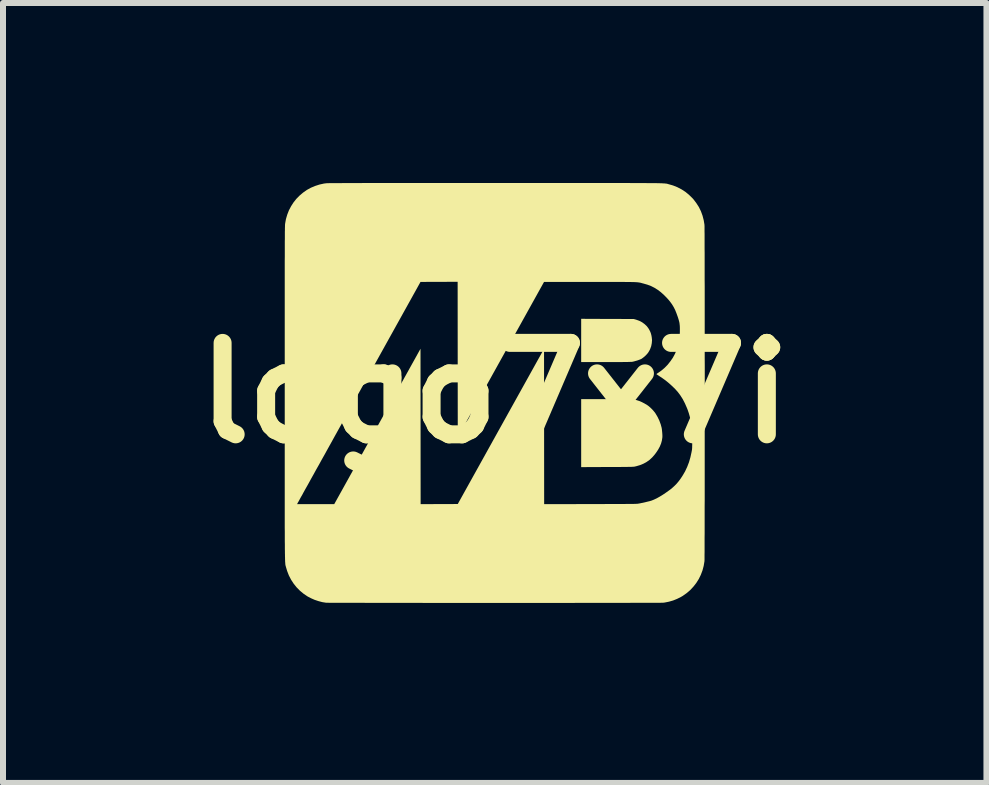
<source format=kicad_pcb>
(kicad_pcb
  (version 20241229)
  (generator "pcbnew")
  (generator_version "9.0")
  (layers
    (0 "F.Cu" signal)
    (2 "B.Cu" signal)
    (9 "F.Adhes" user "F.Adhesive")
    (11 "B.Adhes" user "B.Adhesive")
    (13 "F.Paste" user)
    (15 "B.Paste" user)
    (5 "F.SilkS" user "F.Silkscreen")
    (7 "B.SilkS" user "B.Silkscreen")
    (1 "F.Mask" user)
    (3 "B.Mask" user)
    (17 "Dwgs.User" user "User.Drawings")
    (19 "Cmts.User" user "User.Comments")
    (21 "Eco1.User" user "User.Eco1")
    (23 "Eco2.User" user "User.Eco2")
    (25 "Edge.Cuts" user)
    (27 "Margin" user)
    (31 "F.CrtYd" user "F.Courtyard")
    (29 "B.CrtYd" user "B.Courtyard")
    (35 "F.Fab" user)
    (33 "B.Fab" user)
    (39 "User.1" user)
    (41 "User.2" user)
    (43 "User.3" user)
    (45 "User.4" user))
  (footprint "logo7x7i"
    (layer "F.Cu")
    (at 5.196 3.5)
    (property "Reference" "logo7x7i" (at 0 0 0) (layer "F.SilkS") (effects (font (size 1.524 1.524) (thickness 0.3))))
    (attr board_only exclude_from_pos_files exclude_from_bom)
    (fp_poly (pts (xy 1.879 -1.234) (xy 2.316 -1.233) (xy 2.356 -1.222) (xy 2.409 -1.203) (xy 2.457 -1.178) (xy 2.499 -1.147) (xy 2.536 -1.112) (xy 2.566 -1.071) (xy 2.582 -1.042) (xy 2.595 -1.015) (xy 2.604 -0.989) (xy 2.611 -0.962) (xy 2.617 -0.93) (xy 2.622 -0.881) (xy 2.618 -0.83) (xy 2.608 -0.779) (xy 2.59 -0.73) (xy 2.586 -0.722) (xy 2.576 -0.703) (xy 2.564 -0.683) (xy 2.553 -0.666) (xy 2.551 -0.664) (xy 2.535 -0.645) (xy 2.515 -0.624) (xy 2.492 -0.603) (xy 2.47 -0.586) (xy 2.451 -0.572) (xy 2.446 -0.569) (xy 2.427 -0.56) (xy 2.403 -0.551) (xy 2.375 -0.541) (xy 2.346 -0.533) (xy 2.318 -0.525) (xy 2.294 -0.52) (xy 2.286 -0.519) (xy 2.275 -0.518) (xy 2.256 -0.518) (xy 2.229 -0.517) (xy 2.195 -0.516) (xy 2.153 -0.516) (xy 2.103 -0.515) (xy 2.047 -0.515) (xy 1.984 -0.515) (xy 1.914 -0.515) (xy 1.846 -0.515) (xy 1.441 -0.515) (xy 1.441 -1.236)) (stroke (width 0) (type solid)) (fill yes) (layer "F.SilkS"))
    (fp_poly (pts (xy 1.852 0.103) (xy 1.923 0.103) (xy 1.986 0.103) (xy 2.043 0.103) (xy 2.092 0.103) (xy 2.135 0.104) (xy 2.173 0.104) (xy 2.206 0.104) (xy 2.234 0.105) (xy 2.258 0.106) (xy 2.278 0.107) (xy 2.296 0.108) (xy 2.311 0.109) (xy 2.324 0.111) (xy 2.336 0.113) (xy 2.347 0.115) (xy 2.357 0.117) (xy 2.367 0.12) (xy 2.407 0.133) (xy 2.452 0.152) (xy 2.498 0.176) (xy 2.546 0.205) (xy 2.552 0.209) (xy 2.57 0.223) (xy 2.592 0.242) (xy 2.615 0.264) (xy 2.638 0.288) (xy 2.658 0.312) (xy 2.675 0.334) (xy 2.679 0.34) (xy 2.714 0.399) (xy 2.744 0.461) (xy 2.767 0.524) (xy 2.782 0.58) (xy 2.786 0.604) (xy 2.789 0.633) (xy 2.792 0.663) (xy 2.794 0.692) (xy 2.795 0.719) (xy 2.794 0.74) (xy 2.794 0.743) (xy 2.786 0.794) (xy 2.772 0.844) (xy 2.751 0.895) (xy 2.723 0.946) (xy 2.688 0.998) (xy 2.666 1.027) (xy 2.625 1.074) (xy 2.581 1.115) (xy 2.533 1.149) (xy 2.481 1.178) (xy 2.423 1.202) (xy 2.359 1.221) (xy 2.345 1.224) (xy 2.339 1.226) (xy 2.333 1.227) (xy 2.327 1.228) (xy 2.319 1.229) (xy 2.31 1.23) (xy 2.299 1.23) (xy 2.285 1.231) (xy 2.269 1.232) (xy 2.249 1.232) (xy 2.225 1.232) (xy 2.196 1.233) (xy 2.163 1.233) (xy 2.123 1.233) (xy 2.078 1.234) (xy 2.027 1.234) (xy 1.968 1.234) (xy 1.902 1.234) (xy 1.875 1.234) (xy 1.441 1.236) (xy 1.441 0.103)) (stroke (width 0) (type solid)) (fill yes) (layer "F.SilkS"))
    (fp_poly (pts (xy 0.978 -3.5) (xy 1.115 -3.5) (xy 1.245 -3.5) (xy 1.368 -3.5) (xy 1.485 -3.5) (xy 1.595 -3.5) (xy 1.699 -3.5) (xy 1.797 -3.5) (xy 1.89 -3.5) (xy 1.976 -3.5) (xy 2.058 -3.5) (xy 2.134 -3.5) (xy 2.204 -3.5) (xy 2.27 -3.499) (xy 2.332 -3.499) (xy 2.388 -3.499) (xy 2.441 -3.499) (xy 2.489 -3.499) (xy 2.534 -3.498) (xy 2.574 -3.498) (xy 2.611 -3.498) (xy 2.645 -3.497) (xy 2.675 -3.497) (xy 2.702 -3.497) (xy 2.727 -3.496) (xy 2.749 -3.496) (xy 2.768 -3.495) (xy 2.785 -3.495) (xy 2.8 -3.494) (xy 2.814 -3.493) (xy 2.825 -3.493) (xy 2.835 -3.492) (xy 2.843 -3.491) (xy 2.851 -3.49) (xy 2.857 -3.49) (xy 2.863 -3.489) (xy 2.868 -3.488) (xy 2.872 -3.487) (xy 2.876 -3.486) (xy 2.881 -3.485) (xy 2.885 -3.484) (xy 2.89 -3.482) (xy 2.894 -3.481) (xy 2.971 -3.459) (xy 3.044 -3.43) (xy 3.115 -3.393) (xy 3.181 -3.35) (xy 3.242 -3.299) (xy 3.299 -3.243) (xy 3.31 -3.231) (xy 3.359 -3.167) (xy 3.402 -3.1) (xy 3.437 -3.029) (xy 3.464 -2.955) (xy 3.484 -2.877) (xy 3.496 -2.804) (xy 3.496 -2.797) (xy 3.497 -2.782) (xy 3.497 -2.76) (xy 3.497 -2.73) (xy 3.497 -2.693) (xy 3.498 -2.649) (xy 3.498 -2.598) (xy 3.498 -2.541) (xy 3.498 -2.478) (xy 3.498 -2.409) (xy 3.499 -2.334) (xy 3.499 -2.254) (xy 3.499 -2.169) (xy 3.499 -2.079) (xy 3.499 -1.984) (xy 3.499 -1.885) (xy 3.5 -1.782) (xy 3.5 -1.675) (xy 3.5 -1.565) (xy 3.5 -1.452) (xy 3.5 -1.335) (xy 3.5 -1.216) (xy 3.5 -1.094) (xy 3.5 -0.97) (xy 3.5 -0.844) (xy 3.5 -0.717) (xy 3.5 -0.588) (xy 3.501 -0.457) (xy 3.501 -0.326) (xy 3.501 -0.195) (xy 3.501 -0.062) (xy 3.501 0.07) (xy 3.501 0.202) (xy 3.501 0.334) (xy 3.501 0.465) (xy 3.5 0.595) (xy 3.5 0.724) (xy 3.5 0.851) (xy 3.5 0.977) (xy 3.5 1.101) (xy 3.5 1.223) (xy 3.5 1.342) (xy 3.5 1.458) (xy 3.5 1.571) (xy 3.5 1.682) (xy 3.5 1.788) (xy 3.499 1.891) (xy 3.499 1.989) (xy 3.499 2.084) (xy 3.499 2.174) (xy 3.499 2.258) (xy 3.499 2.338) (xy 3.498 2.413) (xy 3.498 2.481) (xy 3.498 2.544) (xy 3.498 2.601) (xy 3.498 2.651) (xy 3.497 2.695) (xy 3.497 2.732) (xy 3.497 2.761) (xy 3.497 2.783) (xy 3.496 2.797) (xy 3.496 2.804) (xy 3.483 2.882) (xy 3.463 2.958) (xy 3.435 3.032) (xy 3.401 3.101) (xy 3.359 3.168) (xy 3.311 3.229) (xy 3.258 3.286) (xy 3.198 3.337) (xy 3.133 3.383) (xy 3.102 3.401) (xy 3.04 3.432) (xy 2.973 3.459) (xy 2.903 3.479) (xy 2.833 3.493) (xy 2.808 3.496) (xy 2.801 3.496) (xy 2.787 3.496) (xy 2.765 3.497) (xy 2.735 3.497) (xy 2.699 3.497) (xy 2.655 3.497) (xy 2.605 3.498) (xy 2.548 3.498) (xy 2.485 3.498) (xy 2.416 3.498) (xy 2.342 3.498) (xy 2.262 3.498) (xy 2.177 3.499) (xy 2.087 3.499) (xy 1.993 3.499) (xy 1.894 3.499) (xy 1.792 3.499) (xy 1.685 3.499) (xy 1.575 3.499) (xy 1.462 3.499) (xy 1.346 3.499) (xy 1.227 3.5) (xy 1.105 3.5) (xy 0.981 3.5) (xy 0.855 3.5) (xy 0.728 3.5) (xy 0.599 3.5) (xy 0.469 3.5) (xy 0.338 3.5) (xy 0.206 3.5) (xy 0.074 3.5) (xy -0.058 3.5) (xy -0.191 3.5) (xy -0.323 3.5) (xy -0.454 3.5) (xy -0.584 3.5) (xy -0.713 3.5) (xy -0.841 3.5) (xy -0.967 3.5) (xy -1.091 3.5) (xy -1.213 3.499) (xy -1.333 3.499) (xy -1.449 3.499) (xy -1.563 3.499) (xy -1.674 3.499) (xy -1.781 3.499) (xy -1.884 3.499) (xy -1.983 3.499) (xy -2.078 3.499) (xy -2.169 3.498) (xy -2.254 3.498) (xy -2.335 3.498) (xy -2.41 3.498) (xy -2.48 3.498) (xy -2.544 3.498) (xy -2.601 3.497) (xy -2.653 3.497) (xy -2.697 3.497) (xy -2.735 3.497) (xy -2.766 3.497) (xy -2.789 3.496) (xy -2.805 3.496) (xy -2.812 3.496) (xy -2.813 3.496) (xy -2.875 3.486) (xy -2.939 3.469) (xy -3.002 3.448) (xy -3.063 3.421) (xy -3.117 3.393) (xy -3.184 3.348) (xy -3.246 3.297) (xy -3.302 3.24) (xy -3.351 3.179) (xy -3.394 3.113) (xy -3.431 3.042) (xy -3.46 2.967) (xy -3.478 2.907) (xy -3.479 2.902) (xy -3.481 2.897) (xy -3.482 2.892) (xy -3.483 2.888) (xy -3.484 2.884) (xy -3.486 2.879) (xy -3.487 2.875) (xy -3.488 2.869) (xy -3.489 2.863) (xy -3.49 2.856) (xy -3.491 2.849) (xy -3.491 2.839) (xy -3.492 2.829) (xy -3.493 2.816) (xy -3.494 2.802) (xy -3.494 2.786) (xy -3.495 2.768) (xy -3.495 2.747) (xy -3.496 2.724) (xy -3.496 2.698) (xy -3.497 2.67) (xy -3.497 2.638) (xy -3.498 2.602) (xy -3.498 2.564) (xy -3.498 2.521) (xy -3.499 2.475) (xy -3.499 2.424) (xy -3.499 2.37) (xy -3.499 2.311) (xy -3.5 2.247) (xy -3.5 2.179) (xy -3.5 2.106) (xy -3.5 2.027) (xy -3.5 1.943) (xy -3.5 1.854) (xy -3.5 1.853) (xy -3.295 1.853) (xy -2.985 1.853) (xy -2.675 1.853) (xy -1.956 0.558) (xy -1.237 -0.737) (xy -1.236 0.558) (xy -1.235 1.853) (xy -0.926 1.852) (xy -0.616 1.851) (xy 0.103 0.557) (xy 0.822 -0.736) (xy 0.824 1.853) (xy 1.595 1.852) (xy 1.688 1.852) (xy 1.774 1.852) (xy 1.852 1.851) (xy 1.923 1.851) (xy 1.988 1.851) (xy 2.046 1.851) (xy 2.098 1.851) (xy 2.144 1.851) (xy 2.185 1.85) (xy 2.221 1.85) (xy 2.252 1.85) (xy 2.28 1.849) (xy 2.303 1.849) (xy 2.323 1.849) (xy 2.34 1.848) (xy 2.354 1.848) (xy 2.366 1.847) (xy 2.376 1.847) (xy 2.385 1.846) (xy 2.392 1.845) (xy 2.398 1.844) (xy 2.404 1.843) (xy 2.409 1.842) (xy 2.411 1.842) (xy 2.439 1.836) (xy 2.47 1.83) (xy 2.501 1.823) (xy 2.533 1.815) (xy 2.562 1.808) (xy 2.587 1.802) (xy 2.606 1.796) (xy 2.611 1.795) (xy 2.653 1.778) (xy 2.7 1.756) (xy 2.75 1.728) (xy 2.804 1.695) (xy 2.86 1.657) (xy 2.918 1.615) (xy 2.922 1.613) (xy 2.963 1.579) (xy 3 1.545) (xy 3.035 1.509) (xy 3.069 1.468) (xy 3.102 1.423) (xy 3.132 1.377) (xy 3.173 1.307) (xy 3.208 1.232) (xy 3.238 1.154) (xy 3.262 1.071) (xy 3.281 0.984) (xy 3.284 0.967) (xy 3.287 0.952) (xy 3.289 0.937) (xy 3.29 0.922) (xy 3.291 0.906) (xy 3.291 0.886) (xy 3.292 0.862) (xy 3.292 0.832) (xy 3.292 0.797) (xy 3.291 0.716) (xy 3.288 0.642) (xy 3.283 0.574) (xy 3.275 0.511) (xy 3.264 0.451) (xy 3.251 0.393) (xy 3.235 0.337) (xy 3.216 0.281) (xy 3.205 0.253) (xy 3.171 0.175) (xy 3.134 0.103) (xy 3.092 0.037) (xy 3.047 -0.022) (xy 2.997 -0.077) (xy 2.985 -0.088) (xy 2.944 -0.127) (xy 2.906 -0.161) (xy 2.87 -0.191) (xy 2.835 -0.218) (xy 2.799 -0.244) (xy 2.76 -0.27) (xy 2.748 -0.278) (xy 2.73 -0.29) (xy 2.715 -0.3) (xy 2.703 -0.308) (xy 2.697 -0.312) (xy 2.696 -0.313) (xy 2.697 -0.316) (xy 2.705 -0.323) (xy 2.716 -0.33) (xy 2.717 -0.331) (xy 2.775 -0.371) (xy 2.831 -0.418) (xy 2.882 -0.47) (xy 2.928 -0.528) (xy 2.97 -0.589) (xy 3.004 -0.652) (xy 3.032 -0.718) (xy 3.039 -0.737) (xy 3.056 -0.794) (xy 3.069 -0.848) (xy 3.078 -0.901) (xy 3.083 -0.955) (xy 3.086 -1.014) (xy 3.086 -1.044) (xy 3.086 -1.082) (xy 3.085 -1.115) (xy 3.082 -1.143) (xy 3.079 -1.169) (xy 3.073 -1.195) (xy 3.065 -1.224) (xy 3.055 -1.256) (xy 3.051 -1.268) (xy 3.029 -1.329) (xy 3.007 -1.384) (xy 2.982 -1.433) (xy 2.954 -1.479) (xy 2.922 -1.523) (xy 2.885 -1.567) (xy 2.842 -1.612) (xy 2.823 -1.631) (xy 2.77 -1.679) (xy 2.717 -1.719) (xy 2.663 -1.753) (xy 2.606 -1.782) (xy 2.545 -1.805) (xy 2.479 -1.824) (xy 2.467 -1.827) (xy 2.456 -1.83) (xy 2.445 -1.833) (xy 2.435 -1.836) (xy 2.425 -1.838) (xy 2.415 -1.84) (xy 2.405 -1.842) (xy 2.393 -1.843) (xy 2.38 -1.845) (xy 2.365 -1.846) (xy 2.347 -1.847) (xy 2.328 -1.848) (xy 2.305 -1.849) (xy 2.279 -1.849) (xy 2.249 -1.85) (xy 2.215 -1.85) (xy 2.177 -1.85) (xy 2.133 -1.851) (xy 2.085 -1.851) (xy 2.031 -1.851) (xy 1.971 -1.851) (xy 1.904 -1.851) (xy 1.831 -1.851) (xy 1.75 -1.851) (xy 1.662 -1.851) (xy 1.586 -1.851) (xy 0.822 -1.851) (xy 0.103 -0.557) (xy -0.616 0.736) (xy -0.617 -0.558) (xy -0.618 -1.853) (xy -0.927 -1.852) (xy -1.237 -1.851) (xy -2.255 -0.019) (xy -2.319 0.096) (xy -2.382 0.209) (xy -2.443 0.32) (xy -2.504 0.429) (xy -2.563 0.535) (xy -2.621 0.639) (xy -2.677 0.74) (xy -2.731 0.838) (xy -2.784 0.933) (xy -2.834 1.024) (xy -2.883 1.111) (xy -2.929 1.195) (xy -2.974 1.274) (xy -3.015 1.349) (xy -3.055 1.42) (xy -3.091 1.486) (xy -3.125 1.547) (xy -3.156 1.602) (xy -3.184 1.652) (xy -3.208 1.697) (xy -3.23 1.735) (xy -3.248 1.768) (xy -3.262 1.794) (xy -3.273 1.814) (xy -3.281 1.827) (xy -3.284 1.833) (xy -3.284 1.834) (xy -3.295 1.853) (xy -3.5 1.853) (xy -3.5 1.759) (xy -3.5 1.658) (xy -3.5 1.551) (xy -3.5 1.437) (xy -3.5 1.317) (xy -3.5 1.191) (xy -3.5 1.058) (xy -3.5 0.917) (xy -3.5 0.77) (xy -3.5 0.615) (xy -3.5 0.453) (xy -3.5 0.282) (xy -3.5 0.104) (xy -3.5 0) (xy -3.5 -0.183) (xy -3.5 -0.357) (xy -3.5 -0.524) (xy -3.5 -0.683) (xy -3.5 -0.834) (xy -3.5 -0.978) (xy -3.5 -1.115) (xy -3.5 -1.245) (xy -3.5 -1.368) (xy -3.5 -1.485) (xy -3.5 -1.595) (xy -3.5 -1.699) (xy -3.5 -1.797) (xy -3.5 -1.889) (xy -3.5 -1.976) (xy -3.5 -2.057) (xy -3.5 -2.132) (xy -3.5 -2.203) (xy -3.499 -2.268) (xy -3.499 -2.329) (xy -3.499 -2.385) (xy -3.499 -2.437) (xy -3.499 -2.484) (xy -3.499 -2.528) (xy -3.498 -2.567) (xy -3.498 -2.603) (xy -3.498 -2.635) (xy -3.498 -2.664) (xy -3.498 -2.69) (xy -3.497 -2.713) (xy -3.497 -2.733) (xy -3.497 -2.751) (xy -3.496 -2.766) (xy -3.496 -2.779) (xy -3.496 -2.79) (xy -3.495 -2.799) (xy -3.495 -2.807) (xy -3.495 -2.813) (xy -3.494 -2.817) (xy -3.494 -2.82) (xy -3.48 -2.898) (xy -3.458 -2.973) (xy -3.43 -3.045) (xy -3.394 -3.113) (xy -3.353 -3.177) (xy -3.306 -3.236) (xy -3.253 -3.29) (xy -3.195 -3.339) (xy -3.133 -3.383) (xy -3.066 -3.42) (xy -2.995 -3.45) (xy -2.921 -3.474) (xy -2.844 -3.491) (xy -2.817 -3.494) (xy -2.813 -3.495) (xy -2.807 -3.495) (xy -2.8 -3.496) (xy -2.791 -3.496) (xy -2.779 -3.496) (xy -2.765 -3.497) (xy -2.749 -3.497) (xy -2.73 -3.497) (xy -2.708 -3.497) (xy -2.683 -3.498) (xy -2.655 -3.498) (xy -2.623 -3.498) (xy -2.588 -3.498) (xy -2.549 -3.498) (xy -2.506 -3.499) (xy -2.459 -3.499) (xy -2.407 -3.499) (xy -2.352 -3.499) (xy -2.291 -3.499) (xy -2.226 -3.499) (xy -2.155 -3.5) (xy -2.08 -3.5) (xy -1.999 -3.5) (xy -1.913 -3.5) (xy -1.821 -3.5) (xy -1.723 -3.5) (xy -1.618 -3.5) (xy -1.508 -3.5) (xy -1.391 -3.5) (xy -1.268 -3.5) (xy -1.138 -3.5) (xy -1 -3.5) (xy -0.856 -3.5) (xy -0.704 -3.5) (xy -0.545 -3.5) (xy -0.378 -3.5) (xy -0.204 -3.5) (xy -0.021 -3.5) (xy 0.001 -3.5) (xy 0.183 -3.5) (xy 0.357 -3.5) (xy 0.524 -3.5) (xy 0.683 -3.5) (xy 0.834 -3.5)) (stroke (width 0) (type solid)) (fill yes) (layer "F.SilkS")))
  (gr_rect
    (start -3 -3)
    (end 13.392 10)
    (stroke (width 0.1) (type default))
    (fill no)
    (layer "Edge.Cuts")))
</source>
